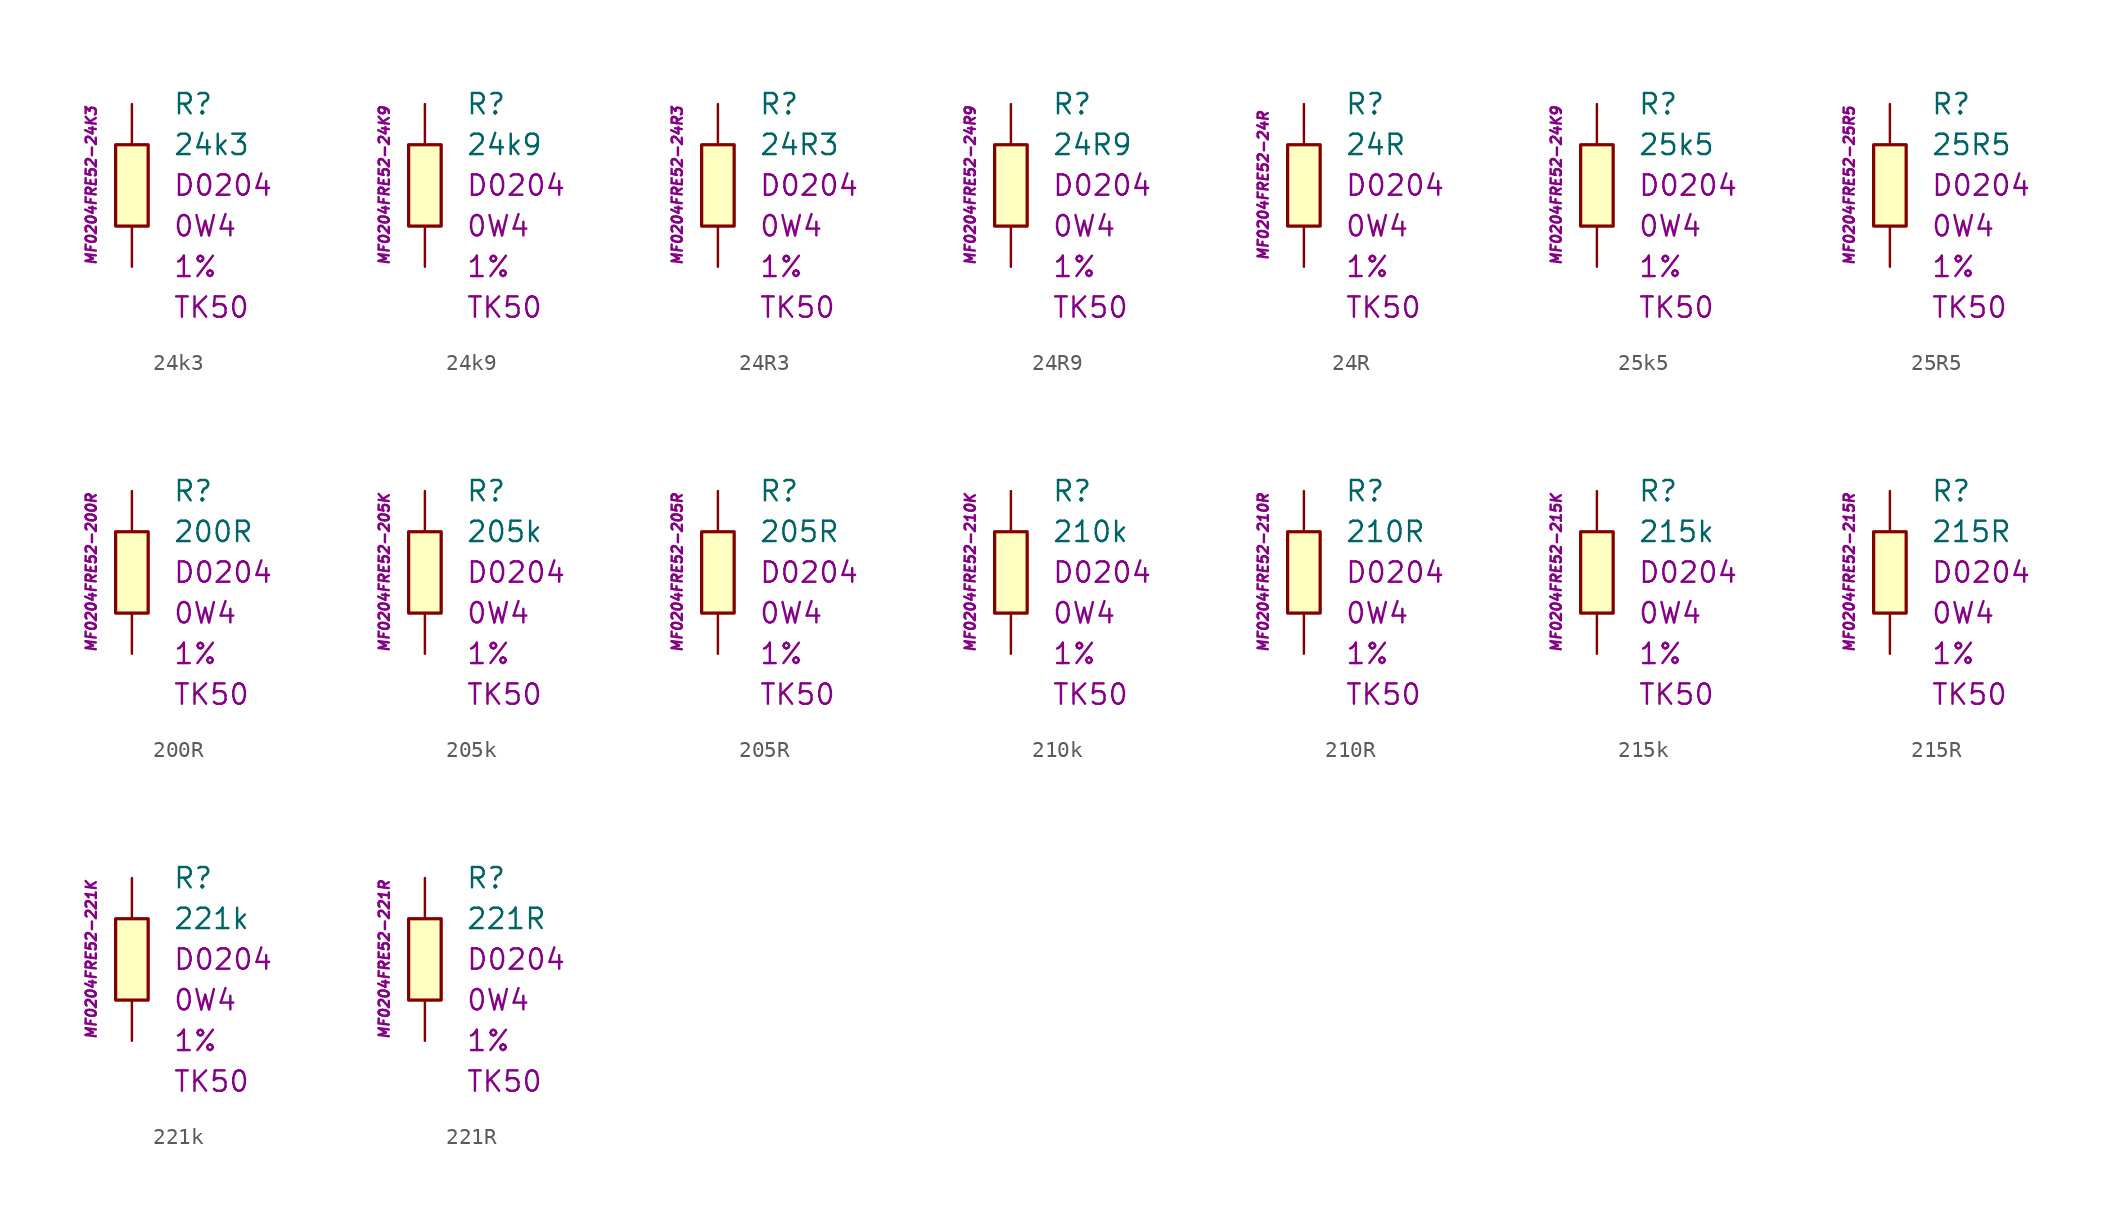
<source format=kicad_sym>
(kicad_symbol_lib
  (version 20201005)
  (generator kicad_symbol_editor)
  (symbol "24k3"
    (pin_numbers hide)
    (pin_names
      (offset 1.016) hide)
    (property "Reference" "R"
      (at 2.54 5.08 0)
      (effects (font (size 1.27 1.27)) (justify left)))
    (property "Value" "24k3"
      (at 2.54 2.54 0)
      (effects (font (size 1.27 1.27)) (justify left)))
    (property "Package" "D0204"
      (at 2.54 0 0)
      (effects (font (size 1.27 1.27)) (justify left)))
    (property "Power" "0W4"
      (at 2.54 -2.54 0)
      (effects (font (size 1.27 1.27)) (justify left)))
    (property "Tolerance" "1%"
      (at 2.54 -5.08 0)
      (effects (font (size 1.27 1.27)) (justify left)))
    (property "TK" "TK50"
      (at 2.54 -7.62 0)
      (effects (font (size 1.27 1.27)) (justify left)))
    (property "ID" "MF0204FRE52-24K3"
      (at -2.54 0 90)
      (effects (font (size 0.635 0.635) italic)))
    (symbol "24k3_0_1"
      (rectangle (start -1.016 2.54) (end 1.016 -2.54) (stroke (width 0.203)) (fill (type background))))
    (symbol "24k3_1_1"
      (pin passive line (at 0 5.08 270) (length 2.54) (name "~" (effects (font (size 1.778 1.778)))) (number "1" (effects (font (size 1.778 1.778)))))
      (pin passive line (at 0 -5.08 90) (length 2.54) (name "~" (effects (font (size 1.778 1.778)))) (number "2" (effects (font (size 1.778 1.778)))))))
  (symbol "24k9"
    (pin_numbers hide)
    (pin_names
      (offset 1.016) hide)
    (property "Reference" "R"
      (at 2.54 5.08 0)
      (effects (font (size 1.27 1.27)) (justify left)))
    (property "Value" "24k9"
      (at 2.54 2.54 0)
      (effects (font (size 1.27 1.27)) (justify left)))
    (property "Package" "D0204"
      (at 2.54 0 0)
      (effects (font (size 1.27 1.27)) (justify left)))
    (property "Power" "0W4"
      (at 2.54 -2.54 0)
      (effects (font (size 1.27 1.27)) (justify left)))
    (property "Tolerance" "1%"
      (at 2.54 -5.08 0)
      (effects (font (size 1.27 1.27)) (justify left)))
    (property "TK" "TK50"
      (at 2.54 -7.62 0)
      (effects (font (size 1.27 1.27)) (justify left)))
    (property "ID" "MF0204FRE52-24K9"
      (at -2.54 0 90)
      (effects (font (size 0.635 0.635) italic)))
    (symbol "24k9_0_1"
      (rectangle (start -1.016 2.54) (end 1.016 -2.54) (stroke (width 0.203)) (fill (type background))))
    (symbol "24k9_1_1"
      (pin passive line (at 0 5.08 270) (length 2.54) (name "~" (effects (font (size 1.778 1.778)))) (number "1" (effects (font (size 1.778 1.778)))))
      (pin passive line (at 0 -5.08 90) (length 2.54) (name "~" (effects (font (size 1.778 1.778)))) (number "2" (effects (font (size 1.778 1.778)))))))
  (symbol "24R3"
    (pin_numbers hide)
    (pin_names
      (offset 1.016) hide)
    (property "Reference" "R"
      (at 2.54 5.08 0)
      (effects (font (size 1.27 1.27)) (justify left)))
    (property "Value" "24R3"
      (at 2.54 2.54 0)
      (effects (font (size 1.27 1.27)) (justify left)))
    (property "Package" "D0204"
      (at 2.54 0 0)
      (effects (font (size 1.27 1.27)) (justify left)))
    (property "Power" "0W4"
      (at 2.54 -2.54 0)
      (effects (font (size 1.27 1.27)) (justify left)))
    (property "Tolerance" "1%"
      (at 2.54 -5.08 0)
      (effects (font (size 1.27 1.27)) (justify left)))
    (property "TK" "TK50"
      (at 2.54 -7.62 0)
      (effects (font (size 1.27 1.27)) (justify left)))
    (property "ID" "MF0204FRE52-24R3"
      (at -2.54 0 90)
      (effects (font (size 0.635 0.635) italic)))
    (symbol "24R3_0_1"
      (rectangle (start -1.016 2.54) (end 1.016 -2.54) (stroke (width 0.203)) (fill (type background))))
    (symbol "24R3_1_1"
      (pin passive line (at 0 5.08 270) (length 2.54) (name "~" (effects (font (size 1.778 1.778)))) (number "1" (effects (font (size 1.778 1.778)))))
      (pin passive line (at 0 -5.08 90) (length 2.54) (name "~" (effects (font (size 1.778 1.778)))) (number "2" (effects (font (size 1.778 1.778)))))))
  (symbol "24R9"
    (pin_numbers hide)
    (pin_names
      (offset 1.016) hide)
    (property "Reference" "R"
      (at 2.54 5.08 0)
      (effects (font (size 1.27 1.27)) (justify left)))
    (property "Value" "24R9"
      (at 2.54 2.54 0)
      (effects (font (size 1.27 1.27)) (justify left)))
    (property "Package" "D0204"
      (at 2.54 0 0)
      (effects (font (size 1.27 1.27)) (justify left)))
    (property "Power" "0W4"
      (at 2.54 -2.54 0)
      (effects (font (size 1.27 1.27)) (justify left)))
    (property "Tolerance" "1%"
      (at 2.54 -5.08 0)
      (effects (font (size 1.27 1.27)) (justify left)))
    (property "TK" "TK50"
      (at 2.54 -7.62 0)
      (effects (font (size 1.27 1.27)) (justify left)))
    (property "ID" "MF0204FRE52-24R9"
      (at -2.54 0 90)
      (effects (font (size 0.635 0.635) italic)))
    (symbol "24R9_0_1"
      (rectangle (start -1.016 2.54) (end 1.016 -2.54) (stroke (width 0.203)) (fill (type background))))
    (symbol "24R9_1_1"
      (pin passive line (at 0 5.08 270) (length 2.54) (name "~" (effects (font (size 1.778 1.778)))) (number "1" (effects (font (size 1.778 1.778)))))
      (pin passive line (at 0 -5.08 90) (length 2.54) (name "~" (effects (font (size 1.778 1.778)))) (number "2" (effects (font (size 1.778 1.778)))))))
  (symbol "24R"
    (pin_numbers hide)
    (pin_names
      (offset 1.016) hide)
    (property "Reference" "R"
      (at 2.54 5.08 0)
      (effects (font (size 1.27 1.27)) (justify left)))
    (property "Value" "24R"
      (at 2.54 2.54 0)
      (effects (font (size 1.27 1.27)) (justify left)))
    (property "Package" "D0204"
      (at 2.54 0 0)
      (effects (font (size 1.27 1.27)) (justify left)))
    (property "Power" "0W4"
      (at 2.54 -2.54 0)
      (effects (font (size 1.27 1.27)) (justify left)))
    (property "Tolerance" "1%"
      (at 2.54 -5.08 0)
      (effects (font (size 1.27 1.27)) (justify left)))
    (property "TK" "TK50"
      (at 2.54 -7.62 0)
      (effects (font (size 1.27 1.27)) (justify left)))
    (property "ID" "MF0204FRE52-24R"
      (at -2.54 0 90)
      (effects (font (size 0.635 0.635) italic)))
    (symbol "24R_0_1"
      (rectangle (start -1.016 2.54) (end 1.016 -2.54) (stroke (width 0.203)) (fill (type background))))
    (symbol "24R_1_1"
      (pin passive line (at 0 5.08 270) (length 2.54) (name "~" (effects (font (size 1.778 1.778)))) (number "1" (effects (font (size 1.778 1.778)))))
      (pin passive line (at 0 -5.08 90) (length 2.54) (name "~" (effects (font (size 1.778 1.778)))) (number "2" (effects (font (size 1.778 1.778)))))))
  (symbol "25k5"
    (pin_numbers hide)
    (pin_names
      (offset 1.016) hide)
    (property "Reference" "R"
      (at 2.54 5.08 0)
      (effects (font (size 1.27 1.27)) (justify left)))
    (property "Value" "25k5"
      (at 2.54 2.54 0)
      (effects (font (size 1.27 1.27)) (justify left)))
    (property "Package" "D0204"
      (at 2.54 0 0)
      (effects (font (size 1.27 1.27)) (justify left)))
    (property "Power" "0W4"
      (at 2.54 -2.54 0)
      (effects (font (size 1.27 1.27)) (justify left)))
    (property "Tolerance" "1%"
      (at 2.54 -5.08 0)
      (effects (font (size 1.27 1.27)) (justify left)))
    (property "TK" "TK50"
      (at 2.54 -7.62 0)
      (effects (font (size 1.27 1.27)) (justify left)))
    (property "ID" "MF0204FRE52-24K9"
      (at -2.54 0 90)
      (effects (font (size 0.635 0.635) italic)))
    (symbol "25k5_0_1"
      (rectangle (start -1.016 2.54) (end 1.016 -2.54) (stroke (width 0.203)) (fill (type background))))
    (symbol "25k5_1_1"
      (pin passive line (at 0 5.08 270) (length 2.54) (name "~" (effects (font (size 1.778 1.778)))) (number "1" (effects (font (size 1.778 1.778)))))
      (pin passive line (at 0 -5.08 90) (length 2.54) (name "~" (effects (font (size 1.778 1.778)))) (number "2" (effects (font (size 1.778 1.778)))))))
  (symbol "25R5"
    (pin_numbers hide)
    (pin_names
      (offset 1.016) hide)
    (property "Reference" "R"
      (at 2.54 5.08 0)
      (effects (font (size 1.27 1.27)) (justify left)))
    (property "Value" "25R5"
      (at 2.54 2.54 0)
      (effects (font (size 1.27 1.27)) (justify left)))
    (property "Package" "D0204"
      (at 2.54 0 0)
      (effects (font (size 1.27 1.27)) (justify left)))
    (property "Power" "0W4"
      (at 2.54 -2.54 0)
      (effects (font (size 1.27 1.27)) (justify left)))
    (property "Tolerance" "1%"
      (at 2.54 -5.08 0)
      (effects (font (size 1.27 1.27)) (justify left)))
    (property "TK" "TK50"
      (at 2.54 -7.62 0)
      (effects (font (size 1.27 1.27)) (justify left)))
    (property "ID" "MF0204FRE52-25R5"
      (at -2.54 0 90)
      (effects (font (size 0.635 0.635) italic)))
    (symbol "25R5_0_1"
      (rectangle (start -1.016 2.54) (end 1.016 -2.54) (stroke (width 0.203)) (fill (type background))))
    (symbol "25R5_1_1"
      (pin passive line (at 0 5.08 270) (length 2.54) (name "~" (effects (font (size 1.778 1.778)))) (number "1" (effects (font (size 1.778 1.778)))))
      (pin passive line (at 0 -5.08 90) (length 2.54) (name "~" (effects (font (size 1.778 1.778)))) (number "2" (effects (font (size 1.778 1.778)))))))
  (symbol "200R"
    (pin_numbers hide)
    (pin_names
      (offset 1.016) hide)
    (property "Reference" "R"
      (at 2.54 5.08 0)
      (effects (font (size 1.27 1.27)) (justify left)))
    (property "Value" "200R"
      (at 2.54 2.54 0)
      (effects (font (size 1.27 1.27)) (justify left)))
    (property "Package" "D0204"
      (at 2.54 0 0)
      (effects (font (size 1.27 1.27)) (justify left)))
    (property "Power" "0W4"
      (at 2.54 -2.54 0)
      (effects (font (size 1.27 1.27)) (justify left)))
    (property "Tolerance" "1%"
      (at 2.54 -5.08 0)
      (effects (font (size 1.27 1.27)) (justify left)))
    (property "TK" "TK50"
      (at 2.54 -7.62 0)
      (effects (font (size 1.27 1.27)) (justify left)))
    (property "ID" "MF0204FRE52-200R"
      (at -2.54 0 90)
      (effects (font (size 0.635 0.635) italic)))
    (symbol "200R_0_1"
      (rectangle (start -1.016 2.54) (end 1.016 -2.54) (stroke (width 0.203)) (fill (type background))))
    (symbol "200R_1_1"
      (pin passive line (at 0 5.08 270) (length 2.54) (name "~" (effects (font (size 1.778 1.778)))) (number "1" (effects (font (size 1.778 1.778)))))
      (pin passive line (at 0 -5.08 90) (length 2.54) (name "~" (effects (font (size 1.778 1.778)))) (number "2" (effects (font (size 1.778 1.778)))))))
  (symbol "205k"
    (pin_numbers hide)
    (pin_names
      (offset 1.016) hide)
    (property "Reference" "R"
      (at 2.54 5.08 0)
      (effects (font (size 1.27 1.27)) (justify left)))
    (property "Value" "205k"
      (at 2.54 2.54 0)
      (effects (font (size 1.27 1.27)) (justify left)))
    (property "Package" "D0204"
      (at 2.54 0 0)
      (effects (font (size 1.27 1.27)) (justify left)))
    (property "Power" "0W4"
      (at 2.54 -2.54 0)
      (effects (font (size 1.27 1.27)) (justify left)))
    (property "Tolerance" "1%"
      (at 2.54 -5.08 0)
      (effects (font (size 1.27 1.27)) (justify left)))
    (property "TK" "TK50"
      (at 2.54 -7.62 0)
      (effects (font (size 1.27 1.27)) (justify left)))
    (property "ID" "MF0204FRE52-205K"
      (at -2.54 0 90)
      (effects (font (size 0.635 0.635) italic)))
    (symbol "205k_0_1"
      (rectangle (start -1.016 2.54) (end 1.016 -2.54) (stroke (width 0.203)) (fill (type background))))
    (symbol "205k_1_1"
      (pin passive line (at 0 5.08 270) (length 2.54) (name "~" (effects (font (size 1.778 1.778)))) (number "1" (effects (font (size 1.778 1.778)))))
      (pin passive line (at 0 -5.08 90) (length 2.54) (name "~" (effects (font (size 1.778 1.778)))) (number "2" (effects (font (size 1.778 1.778)))))))
  (symbol "205R"
    (pin_numbers hide)
    (pin_names
      (offset 1.016) hide)
    (property "Reference" "R"
      (at 2.54 5.08 0)
      (effects (font (size 1.27 1.27)) (justify left)))
    (property "Value" "205R"
      (at 2.54 2.54 0)
      (effects (font (size 1.27 1.27)) (justify left)))
    (property "Package" "D0204"
      (at 2.54 0 0)
      (effects (font (size 1.27 1.27)) (justify left)))
    (property "Power" "0W4"
      (at 2.54 -2.54 0)
      (effects (font (size 1.27 1.27)) (justify left)))
    (property "Tolerance" "1%"
      (at 2.54 -5.08 0)
      (effects (font (size 1.27 1.27)) (justify left)))
    (property "TK" "TK50"
      (at 2.54 -7.62 0)
      (effects (font (size 1.27 1.27)) (justify left)))
    (property "ID" "MF0204FRE52-205R"
      (at -2.54 0 90)
      (effects (font (size 0.635 0.635) italic)))
    (symbol "205R_0_1"
      (rectangle (start -1.016 2.54) (end 1.016 -2.54) (stroke (width 0.203)) (fill (type background))))
    (symbol "205R_1_1"
      (pin passive line (at 0 5.08 270) (length 2.54) (name "~" (effects (font (size 1.778 1.778)))) (number "1" (effects (font (size 1.778 1.778)))))
      (pin passive line (at 0 -5.08 90) (length 2.54) (name "~" (effects (font (size 1.778 1.778)))) (number "2" (effects (font (size 1.778 1.778)))))))
  (symbol "210k"
    (pin_numbers hide)
    (pin_names
      (offset 1.016) hide)
    (property "Reference" "R"
      (at 2.54 5.08 0)
      (effects (font (size 1.27 1.27)) (justify left)))
    (property "Value" "210k"
      (at 2.54 2.54 0)
      (effects (font (size 1.27 1.27)) (justify left)))
    (property "Package" "D0204"
      (at 2.54 0 0)
      (effects (font (size 1.27 1.27)) (justify left)))
    (property "Power" "0W4"
      (at 2.54 -2.54 0)
      (effects (font (size 1.27 1.27)) (justify left)))
    (property "Tolerance" "1%"
      (at 2.54 -5.08 0)
      (effects (font (size 1.27 1.27)) (justify left)))
    (property "TK" "TK50"
      (at 2.54 -7.62 0)
      (effects (font (size 1.27 1.27)) (justify left)))
    (property "ID" "MF0204FRE52-210K"
      (at -2.54 0 90)
      (effects (font (size 0.635 0.635) italic)))
    (symbol "210k_0_1"
      (rectangle (start -1.016 2.54) (end 1.016 -2.54) (stroke (width 0.203)) (fill (type background))))
    (symbol "210k_1_1"
      (pin passive line (at 0 5.08 270) (length 2.54) (name "~" (effects (font (size 1.778 1.778)))) (number "1" (effects (font (size 1.778 1.778)))))
      (pin passive line (at 0 -5.08 90) (length 2.54) (name "~" (effects (font (size 1.778 1.778)))) (number "2" (effects (font (size 1.778 1.778)))))))
  (symbol "210R"
    (pin_numbers hide)
    (pin_names
      (offset 1.016) hide)
    (property "Reference" "R"
      (at 2.54 5.08 0)
      (effects (font (size 1.27 1.27)) (justify left)))
    (property "Value" "210R"
      (at 2.54 2.54 0)
      (effects (font (size 1.27 1.27)) (justify left)))
    (property "Package" "D0204"
      (at 2.54 0 0)
      (effects (font (size 1.27 1.27)) (justify left)))
    (property "Power" "0W4"
      (at 2.54 -2.54 0)
      (effects (font (size 1.27 1.27)) (justify left)))
    (property "Tolerance" "1%"
      (at 2.54 -5.08 0)
      (effects (font (size 1.27 1.27)) (justify left)))
    (property "TK" "TK50"
      (at 2.54 -7.62 0)
      (effects (font (size 1.27 1.27)) (justify left)))
    (property "ID" "MF0204FRE52-210R"
      (at -2.54 0 90)
      (effects (font (size 0.635 0.635) italic)))
    (symbol "210R_0_1"
      (rectangle (start -1.016 2.54) (end 1.016 -2.54) (stroke (width 0.203)) (fill (type background))))
    (symbol "210R_1_1"
      (pin passive line (at 0 5.08 270) (length 2.54) (name "~" (effects (font (size 1.778 1.778)))) (number "1" (effects (font (size 1.778 1.778)))))
      (pin passive line (at 0 -5.08 90) (length 2.54) (name "~" (effects (font (size 1.778 1.778)))) (number "2" (effects (font (size 1.778 1.778)))))))
  (symbol "215k"
    (pin_numbers hide)
    (pin_names
      (offset 1.016) hide)
    (property "Reference" "R"
      (at 2.54 5.08 0)
      (effects (font (size 1.27 1.27)) (justify left)))
    (property "Value" "215k"
      (at 2.54 2.54 0)
      (effects (font (size 1.27 1.27)) (justify left)))
    (property "Package" "D0204"
      (at 2.54 0 0)
      (effects (font (size 1.27 1.27)) (justify left)))
    (property "Power" "0W4"
      (at 2.54 -2.54 0)
      (effects (font (size 1.27 1.27)) (justify left)))
    (property "Tolerance" "1%"
      (at 2.54 -5.08 0)
      (effects (font (size 1.27 1.27)) (justify left)))
    (property "TK" "TK50"
      (at 2.54 -7.62 0)
      (effects (font (size 1.27 1.27)) (justify left)))
    (property "ID" "MF0204FRE52-215K"
      (at -2.54 0 90)
      (effects (font (size 0.635 0.635) italic)))
    (symbol "215k_0_1"
      (rectangle (start -1.016 2.54) (end 1.016 -2.54) (stroke (width 0.203)) (fill (type background))))
    (symbol "215k_1_1"
      (pin passive line (at 0 5.08 270) (length 2.54) (name "~" (effects (font (size 1.778 1.778)))) (number "1" (effects (font (size 1.778 1.778)))))
      (pin passive line (at 0 -5.08 90) (length 2.54) (name "~" (effects (font (size 1.778 1.778)))) (number "2" (effects (font (size 1.778 1.778)))))))
  (symbol "215R"
    (pin_numbers hide)
    (pin_names
      (offset 1.016) hide)
    (property "Reference" "R"
      (at 2.54 5.08 0)
      (effects (font (size 1.27 1.27)) (justify left)))
    (property "Value" "215R"
      (at 2.54 2.54 0)
      (effects (font (size 1.27 1.27)) (justify left)))
    (property "Package" "D0204"
      (at 2.54 0 0)
      (effects (font (size 1.27 1.27)) (justify left)))
    (property "Power" "0W4"
      (at 2.54 -2.54 0)
      (effects (font (size 1.27 1.27)) (justify left)))
    (property "Tolerance" "1%"
      (at 2.54 -5.08 0)
      (effects (font (size 1.27 1.27)) (justify left)))
    (property "TK" "TK50"
      (at 2.54 -7.62 0)
      (effects (font (size 1.27 1.27)) (justify left)))
    (property "ID" "MF0204FRE52-215R"
      (at -2.54 0 90)
      (effects (font (size 0.635 0.635) italic)))
    (symbol "215R_0_1"
      (rectangle (start -1.016 2.54) (end 1.016 -2.54) (stroke (width 0.203)) (fill (type background))))
    (symbol "215R_1_1"
      (pin passive line (at 0 5.08 270) (length 2.54) (name "~" (effects (font (size 1.778 1.778)))) (number "1" (effects (font (size 1.778 1.778)))))
      (pin passive line (at 0 -5.08 90) (length 2.54) (name "~" (effects (font (size 1.778 1.778)))) (number "2" (effects (font (size 1.778 1.778)))))))
  (symbol "221k"
    (pin_numbers hide)
    (pin_names
      (offset 1.016) hide)
    (property "Reference" "R"
      (at 2.54 5.08 0)
      (effects (font (size 1.27 1.27)) (justify left)))
    (property "Value" "221k"
      (at 2.54 2.54 0)
      (effects (font (size 1.27 1.27)) (justify left)))
    (property "Package" "D0204"
      (at 2.54 0 0)
      (effects (font (size 1.27 1.27)) (justify left)))
    (property "Power" "0W4"
      (at 2.54 -2.54 0)
      (effects (font (size 1.27 1.27)) (justify left)))
    (property "Tolerance" "1%"
      (at 2.54 -5.08 0)
      (effects (font (size 1.27 1.27)) (justify left)))
    (property "TK" "TK50"
      (at 2.54 -7.62 0)
      (effects (font (size 1.27 1.27)) (justify left)))
    (property "ID" "MF0204FRE52-221K"
      (at -2.54 0 90)
      (effects (font (size 0.635 0.635) italic)))
    (symbol "221k_0_1"
      (rectangle (start -1.016 2.54) (end 1.016 -2.54) (stroke (width 0.203)) (fill (type background))))
    (symbol "221k_1_1"
      (pin passive line (at 0 5.08 270) (length 2.54) (name "~" (effects (font (size 1.778 1.778)))) (number "1" (effects (font (size 1.778 1.778)))))
      (pin passive line (at 0 -5.08 90) (length 2.54) (name "~" (effects (font (size 1.778 1.778)))) (number "2" (effects (font (size 1.778 1.778)))))))
  (symbol "221R"
    (pin_numbers hide)
    (pin_names
      (offset 1.016) hide)
    (property "Reference" "R"
      (at 2.54 5.08 0)
      (effects (font (size 1.27 1.27)) (justify left)))
    (property "Value" "221R"
      (at 2.54 2.54 0)
      (effects (font (size 1.27 1.27)) (justify left)))
    (property "Package" "D0204"
      (at 2.54 0 0)
      (effects (font (size 1.27 1.27)) (justify left)))
    (property "Power" "0W4"
      (at 2.54 -2.54 0)
      (effects (font (size 1.27 1.27)) (justify left)))
    (property "Tolerance" "1%"
      (at 2.54 -5.08 0)
      (effects (font (size 1.27 1.27)) (justify left)))
    (property "TK" "TK50"
      (at 2.54 -7.62 0)
      (effects (font (size 1.27 1.27)) (justify left)))
    (property "ID" "MF0204FRE52-221R"
      (at -2.54 0 90)
      (effects (font (size 0.635 0.635) italic)))
    (symbol "221R_0_1"
      (rectangle (start -1.016 2.54) (end 1.016 -2.54) (stroke (width 0.203)) (fill (type background))))
    (symbol "221R_1_1"
      (pin passive line (at 0 5.08 270) (length 2.54) (name "~" (effects (font (size 1.778 1.778)))) (number "1" (effects (font (size 1.778 1.778)))))
      (pin passive line (at 0 -5.08 90) (length 2.54) (name "~" (effects (font (size 1.778 1.778)))) (number "2" (effects (font (size 1.778 1.778))))))))
</source>
